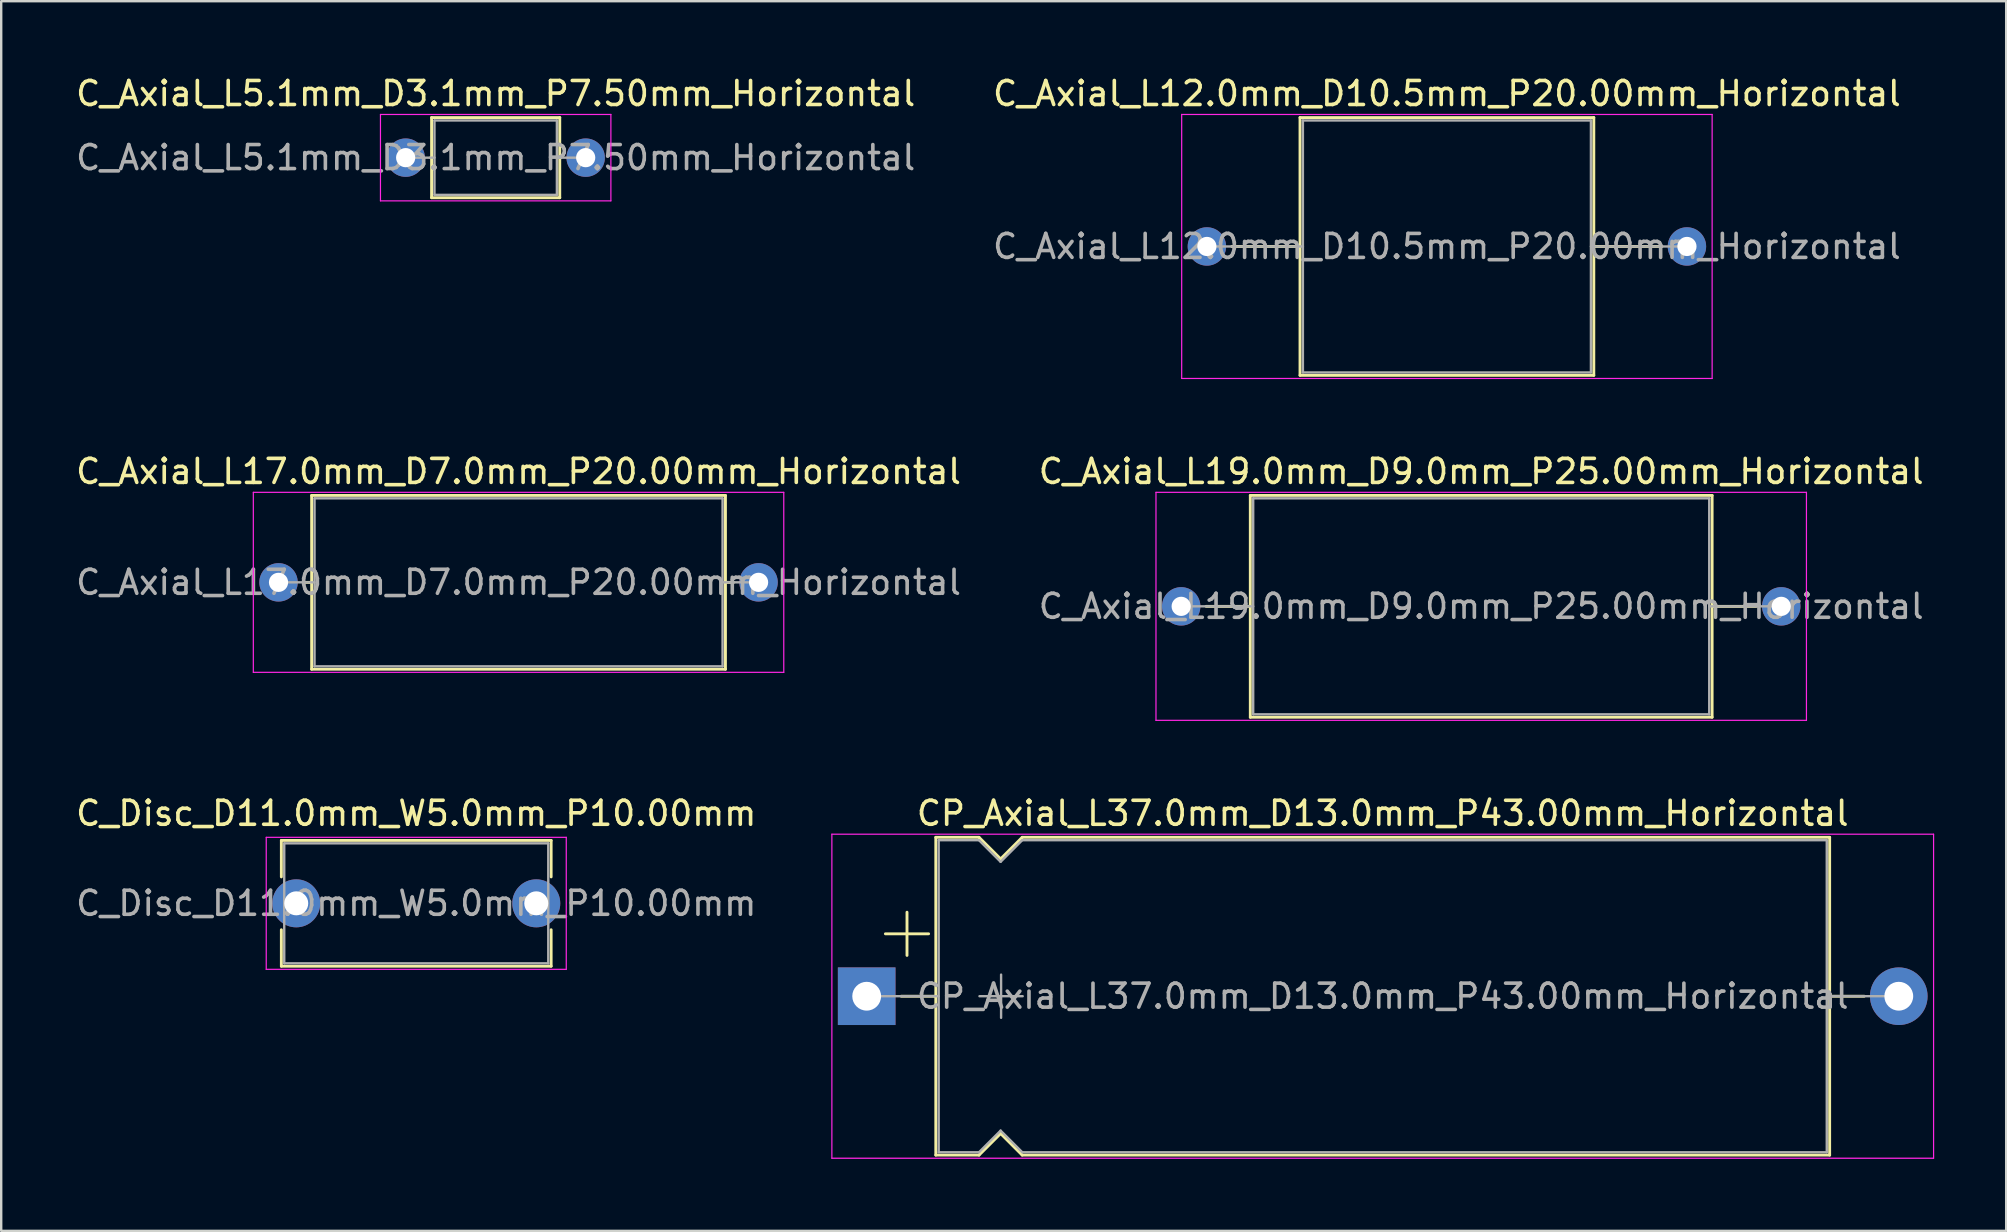
<source format=kicad_pcb>
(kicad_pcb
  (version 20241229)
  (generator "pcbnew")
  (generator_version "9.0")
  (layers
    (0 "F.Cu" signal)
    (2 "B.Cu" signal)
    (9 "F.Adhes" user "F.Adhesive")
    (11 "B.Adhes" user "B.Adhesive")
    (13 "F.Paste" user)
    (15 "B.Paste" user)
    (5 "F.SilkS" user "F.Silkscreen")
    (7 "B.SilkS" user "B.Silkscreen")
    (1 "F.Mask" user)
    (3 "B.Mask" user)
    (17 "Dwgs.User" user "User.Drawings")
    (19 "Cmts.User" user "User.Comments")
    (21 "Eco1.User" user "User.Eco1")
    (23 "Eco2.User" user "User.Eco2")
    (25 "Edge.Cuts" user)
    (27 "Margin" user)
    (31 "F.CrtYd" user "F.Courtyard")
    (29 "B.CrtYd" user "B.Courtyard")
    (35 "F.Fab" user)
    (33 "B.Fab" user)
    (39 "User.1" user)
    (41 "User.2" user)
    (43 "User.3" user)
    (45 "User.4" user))
  (footprint "C_Axial_L5.1mm_D3.1mm_P7.50mm_Horizontal"
    (layer "F.Cu")
    (at 13.851 3.518)
    (property "Reference" "C_Axial_L5.1mm_D3.1mm_P7.50mm_Horizontal" (at 3.75 -2.67 0) (layer "F.SilkS") (effects (font (size 1 1) (thickness 0.15))))
    (attr through_hole)
    (fp_line (start 1.04 0) (end 1.08 0) (stroke (width 0.12) (type solid)) (layer "F.SilkS"))
    (fp_line (start 1.08 -1.67) (end 1.08 1.67) (stroke (width 0.12) (type solid)) (layer "F.SilkS"))
    (fp_line (start 1.08 1.67) (end 6.42 1.67) (stroke (width 0.12) (type solid)) (layer "F.SilkS"))
    (fp_line (start 6.42 -1.67) (end 1.08 -1.67) (stroke (width 0.12) (type solid)) (layer "F.SilkS"))
    (fp_line (start 6.42 1.67) (end 6.42 -1.67) (stroke (width 0.12) (type solid)) (layer "F.SilkS"))
    (fp_line (start 6.46 0) (end 6.42 0) (stroke (width 0.12) (type solid)) (layer "F.SilkS"))
    (fp_line (start -1.05 -1.8) (end -1.05 1.8) (stroke (width 0.05) (type solid)) (layer "F.CrtYd"))
    (fp_line (start -1.05 1.8) (end 8.55 1.8) (stroke (width 0.05) (type solid)) (layer "F.CrtYd"))
    (fp_line (start 8.55 -1.8) (end -1.05 -1.8) (stroke (width 0.05) (type solid)) (layer "F.CrtYd"))
    (fp_line (start 8.55 1.8) (end 8.55 -1.8) (stroke (width 0.05) (type solid)) (layer "F.CrtYd"))
    (fp_line (start 0 0) (end 1.2 0) (stroke (width 0.1) (type solid)) (layer "F.Fab"))
    (fp_line (start 1.2 -1.55) (end 1.2 1.55) (stroke (width 0.1) (type solid)) (layer "F.Fab"))
    (fp_line (start 1.2 1.55) (end 6.3 1.55) (stroke (width 0.1) (type solid)) (layer "F.Fab"))
    (fp_line (start 6.3 -1.55) (end 1.2 -1.55) (stroke (width 0.1) (type solid)) (layer "F.Fab"))
    (fp_line (start 6.3 1.55) (end 6.3 -1.55) (stroke (width 0.1) (type solid)) (layer "F.Fab"))
    (fp_line (start 7.5 0) (end 6.3 0) (stroke (width 0.1) (type solid)) (layer "F.Fab"))
    (fp_text user "${REFERENCE}" (at 3.75 0 0) (layer "F.Fab") (effects (font (size 1 1) (thickness 0.15))))
    (pad "1" thru_hole circle (at 0 0) (size 1.6 1.6) (drill 0.8) (layers "*.Cu" "*.Mask"))
    (pad "2" thru_hole oval (at 7.5 0) (size 1.6 1.6) (drill 0.8) (layers "*.Cu" "*.Mask")))
  (footprint "C_Disc_D11.0mm_W5.0mm_P10.00mm"
    (layer "F.Cu")
    (at 9.292 34.585)
    (property "Reference" "C_Disc_D11.0mm_W5.0mm_P10.00mm" (at 5 -3.75 0) (layer "F.SilkS") (effects (font (size 1 1) (thickness 0.15))))
    (attr through_hole)
    (fp_line (start -0.62 -2.62) (end -0.62 -1.101) (stroke (width 0.12) (type solid)) (layer "F.SilkS"))
    (fp_line (start -0.62 -2.62) (end 10.62 -2.62) (stroke (width 0.12) (type solid)) (layer "F.SilkS"))
    (fp_line (start -0.62 1.101) (end -0.62 2.62) (stroke (width 0.12) (type solid)) (layer "F.SilkS"))
    (fp_line (start -0.62 2.62) (end 10.62 2.62) (stroke (width 0.12) (type solid)) (layer "F.SilkS"))
    (fp_line (start 10.62 -2.62) (end 10.62 -1.101) (stroke (width 0.12) (type solid)) (layer "F.SilkS"))
    (fp_line (start 10.62 1.101) (end 10.62 2.62) (stroke (width 0.12) (type solid)) (layer "F.SilkS"))
    (fp_line (start -1.25 -2.75) (end -1.25 2.75) (stroke (width 0.05) (type solid)) (layer "F.CrtYd"))
    (fp_line (start -1.25 2.75) (end 11.25 2.75) (stroke (width 0.05) (type solid)) (layer "F.CrtYd"))
    (fp_line (start 11.25 -2.75) (end -1.25 -2.75) (stroke (width 0.05) (type solid)) (layer "F.CrtYd"))
    (fp_line (start 11.25 2.75) (end 11.25 -2.75) (stroke (width 0.05) (type solid)) (layer "F.CrtYd"))
    (fp_line (start -0.5 -2.5) (end -0.5 2.5) (stroke (width 0.1) (type solid)) (layer "F.Fab"))
    (fp_line (start -0.5 2.5) (end 10.5 2.5) (stroke (width 0.1) (type solid)) (layer "F.Fab"))
    (fp_line (start 10.5 -2.5) (end -0.5 -2.5) (stroke (width 0.1) (type solid)) (layer "F.Fab"))
    (fp_line (start 10.5 2.5) (end 10.5 -2.5) (stroke (width 0.1) (type solid)) (layer "F.Fab"))
    (fp_text user "${REFERENCE}" (at 5 0 0) (layer "F.Fab") (effects (font (size 1 1) (thickness 0.15))))
    (pad "1" thru_hole circle (at 0 0) (size 2 2) (drill 1) (layers "*.Cu" "*.Mask"))
    (pad "2" thru_hole circle (at 10 0) (size 2 2) (drill 1) (layers "*.Cu" "*.Mask")))
  (footprint "C_Axial_L12.0mm_D10.5mm_P20.00mm_Horizontal"
    (layer "F.Cu")
    (at 47.232 7.218)
    (property "Reference" "C_Axial_L12.0mm_D10.5mm_P20.00mm_Horizontal" (at 10 -6.37 0) (layer "F.SilkS") (effects (font (size 1 1) (thickness 0.15))))
    (attr through_hole)
    (fp_line (start 1.04 0) (end 3.88 0) (stroke (width 0.12) (type solid)) (layer "F.SilkS"))
    (fp_line (start 3.88 -5.37) (end 3.88 5.37) (stroke (width 0.12) (type solid)) (layer "F.SilkS"))
    (fp_line (start 3.88 5.37) (end 16.12 5.37) (stroke (width 0.12) (type solid)) (layer "F.SilkS"))
    (fp_line (start 16.12 -5.37) (end 3.88 -5.37) (stroke (width 0.12) (type solid)) (layer "F.SilkS"))
    (fp_line (start 16.12 5.37) (end 16.12 -5.37) (stroke (width 0.12) (type solid)) (layer "F.SilkS"))
    (fp_line (start 18.96 0) (end 16.12 0) (stroke (width 0.12) (type solid)) (layer "F.SilkS"))
    (fp_line (start -1.05 -5.5) (end -1.05 5.5) (stroke (width 0.05) (type solid)) (layer "F.CrtYd"))
    (fp_line (start -1.05 5.5) (end 21.05 5.5) (stroke (width 0.05) (type solid)) (layer "F.CrtYd"))
    (fp_line (start 21.05 -5.5) (end -1.05 -5.5) (stroke (width 0.05) (type solid)) (layer "F.CrtYd"))
    (fp_line (start 21.05 5.5) (end 21.05 -5.5) (stroke (width 0.05) (type solid)) (layer "F.CrtYd"))
    (fp_line (start 0 0) (end 4 0) (stroke (width 0.1) (type solid)) (layer "F.Fab"))
    (fp_line (start 4 -5.25) (end 4 5.25) (stroke (width 0.1) (type solid)) (layer "F.Fab"))
    (fp_line (start 4 5.25) (end 16 5.25) (stroke (width 0.1) (type solid)) (layer "F.Fab"))
    (fp_line (start 16 -5.25) (end 4 -5.25) (stroke (width 0.1) (type solid)) (layer "F.Fab"))
    (fp_line (start 16 5.25) (end 16 -5.25) (stroke (width 0.1) (type solid)) (layer "F.Fab"))
    (fp_line (start 20 0) (end 16 0) (stroke (width 0.1) (type solid)) (layer "F.Fab"))
    (fp_text user "${REFERENCE}" (at 10 0 0) (layer "F.Fab") (effects (font (size 1 1) (thickness 0.15))))
    (pad "1" thru_hole circle (at 0 0) (size 1.6 1.6) (drill 0.8) (layers "*.Cu" "*.Mask"))
    (pad "2" thru_hole oval (at 20 0) (size 1.6 1.6) (drill 0.8) (layers "*.Cu" "*.Mask")))
  (footprint "C_Axial_L17.0mm_D7.0mm_P20.00mm_Horizontal"
    (layer "F.Cu")
    (at 8.554 21.212)
    (property "Reference" "C_Axial_L17.0mm_D7.0mm_P20.00mm_Horizontal" (at 10 -4.62 0) (layer "F.SilkS") (effects (font (size 1 1) (thickness 0.15))))
    (attr through_hole)
    (fp_line (start 1.04 0) (end 1.38 0) (stroke (width 0.12) (type solid)) (layer "F.SilkS"))
    (fp_line (start 1.38 -3.62) (end 1.38 3.62) (stroke (width 0.12) (type solid)) (layer "F.SilkS"))
    (fp_line (start 1.38 3.62) (end 18.62 3.62) (stroke (width 0.12) (type solid)) (layer "F.SilkS"))
    (fp_line (start 18.62 -3.62) (end 1.38 -3.62) (stroke (width 0.12) (type solid)) (layer "F.SilkS"))
    (fp_line (start 18.62 3.62) (end 18.62 -3.62) (stroke (width 0.12) (type solid)) (layer "F.SilkS"))
    (fp_line (start 18.96 0) (end 18.62 0) (stroke (width 0.12) (type solid)) (layer "F.SilkS"))
    (fp_line (start -1.05 -3.75) (end -1.05 3.75) (stroke (width 0.05) (type solid)) (layer "F.CrtYd"))
    (fp_line (start -1.05 3.75) (end 21.05 3.75) (stroke (width 0.05) (type solid)) (layer "F.CrtYd"))
    (fp_line (start 21.05 -3.75) (end -1.05 -3.75) (stroke (width 0.05) (type solid)) (layer "F.CrtYd"))
    (fp_line (start 21.05 3.75) (end 21.05 -3.75) (stroke (width 0.05) (type solid)) (layer "F.CrtYd"))
    (fp_line (start 0 0) (end 1.5 0) (stroke (width 0.1) (type solid)) (layer "F.Fab"))
    (fp_line (start 1.5 -3.5) (end 1.5 3.5) (stroke (width 0.1) (type solid)) (layer "F.Fab"))
    (fp_line (start 1.5 3.5) (end 18.5 3.5) (stroke (width 0.1) (type solid)) (layer "F.Fab"))
    (fp_line (start 18.5 -3.5) (end 1.5 -3.5) (stroke (width 0.1) (type solid)) (layer "F.Fab"))
    (fp_line (start 18.5 3.5) (end 18.5 -3.5) (stroke (width 0.1) (type solid)) (layer "F.Fab"))
    (fp_line (start 20 0) (end 18.5 0) (stroke (width 0.1) (type solid)) (layer "F.Fab"))
    (fp_text user "${REFERENCE}" (at 10 0 0) (layer "F.Fab") (effects (font (size 1 1) (thickness 0.15))))
    (pad "1" thru_hole circle (at 0 0) (size 1.6 1.6) (drill 0.8) (layers "*.Cu" "*.Mask"))
    (pad "2" thru_hole oval (at 20 0) (size 1.6 1.6) (drill 0.8) (layers "*.Cu" "*.Mask")))
  (footprint "CP_Axial_L37.0mm_D13.0mm_P43.00mm_Horizontal"
    (layer "F.Cu")
    (at 33.058 38.455)
    (property "Reference" "CP_Axial_L37.0mm_D13.0mm_P43.00mm_Horizontal" (at 21.5 -7.62 0) (layer "F.SilkS") (effects (font (size 1 1) (thickness 0.15))))
    (attr through_hole)
    (fp_line (start 0.78 -2.6) (end 2.58 -2.6) (stroke (width 0.12) (type solid)) (layer "F.SilkS"))
    (fp_line (start 1.44 0) (end 2.88 0) (stroke (width 0.12) (type solid)) (layer "F.SilkS"))
    (fp_line (start 1.68 -3.5) (end 1.68 -1.7) (stroke (width 0.12) (type solid)) (layer "F.SilkS"))
    (fp_line (start 2.88 -6.62) (end 2.88 6.62) (stroke (width 0.12) (type solid)) (layer "F.SilkS"))
    (fp_line (start 2.88 -6.62) (end 4.68 -6.62) (stroke (width 0.12) (type solid)) (layer "F.SilkS"))
    (fp_line (start 2.88 6.62) (end 4.68 6.62) (stroke (width 0.12) (type solid)) (layer "F.SilkS"))
    (fp_line (start 4.68 -6.62) (end 5.58 -5.72) (stroke (width 0.12) (type solid)) (layer "F.SilkS"))
    (fp_line (start 4.68 6.62) (end 5.58 5.72) (stroke (width 0.12) (type solid)) (layer "F.SilkS"))
    (fp_line (start 5.58 -5.72) (end 6.48 -6.62) (stroke (width 0.12) (type solid)) (layer "F.SilkS"))
    (fp_line (start 5.58 5.72) (end 6.48 6.62) (stroke (width 0.12) (type solid)) (layer "F.SilkS"))
    (fp_line (start 6.48 -6.62) (end 40.12 -6.62) (stroke (width 0.12) (type solid)) (layer "F.SilkS"))
    (fp_line (start 6.48 6.62) (end 40.12 6.62) (stroke (width 0.12) (type solid)) (layer "F.SilkS"))
    (fp_line (start 40.12 -6.62) (end 40.12 6.62) (stroke (width 0.12) (type solid)) (layer "F.SilkS"))
    (fp_line (start 41.56 0) (end 40.12 0) (stroke (width 0.12) (type solid)) (layer "F.SilkS"))
    (fp_line (start -1.45 -6.75) (end -1.45 6.75) (stroke (width 0.05) (type solid)) (layer "F.CrtYd"))
    (fp_line (start -1.45 6.75) (end 44.45 6.75) (stroke (width 0.05) (type solid)) (layer "F.CrtYd"))
    (fp_line (start 44.45 -6.75) (end -1.45 -6.75) (stroke (width 0.05) (type solid)) (layer "F.CrtYd"))
    (fp_line (start 44.45 6.75) (end 44.45 -6.75) (stroke (width 0.05) (type solid)) (layer "F.CrtYd"))
    (fp_line (start 0 0) (end 3 0) (stroke (width 0.1) (type solid)) (layer "F.Fab"))
    (fp_line (start 3 -6.5) (end 3 6.5) (stroke (width 0.1) (type solid)) (layer "F.Fab"))
    (fp_line (start 3 -6.5) (end 4.68 -6.5) (stroke (width 0.1) (type solid)) (layer "F.Fab"))
    (fp_line (start 3 6.5) (end 4.68 6.5) (stroke (width 0.1) (type solid)) (layer "F.Fab"))
    (fp_line (start 4.68 -6.5) (end 5.58 -5.6) (stroke (width 0.1) (type solid)) (layer "F.Fab"))
    (fp_line (start 4.68 6.5) (end 5.58 5.6) (stroke (width 0.1) (type solid)) (layer "F.Fab"))
    (fp_line (start 4.7 0) (end 6.5 0) (stroke (width 0.1) (type solid)) (layer "F.Fab"))
    (fp_line (start 5.58 -5.6) (end 6.48 -6.5) (stroke (width 0.1) (type solid)) (layer "F.Fab"))
    (fp_line (start 5.58 5.6) (end 6.48 6.5) (stroke (width 0.1) (type solid)) (layer "F.Fab"))
    (fp_line (start 5.6 -0.9) (end 5.6 0.9) (stroke (width 0.1) (type solid)) (layer "F.Fab"))
    (fp_line (start 6.48 -6.5) (end 40 -6.5) (stroke (width 0.1) (type solid)) (layer "F.Fab"))
    (fp_line (start 6.48 6.5) (end 40 6.5) (stroke (width 0.1) (type solid)) (layer "F.Fab"))
    (fp_line (start 40 -6.5) (end 40 6.5) (stroke (width 0.1) (type solid)) (layer "F.Fab"))
    (fp_line (start 43 0) (end 40 0) (stroke (width 0.1) (type solid)) (layer "F.Fab"))
    (fp_text user "${REFERENCE}" (at 21.5 0 0) (layer "F.Fab") (effects (font (size 1 1) (thickness 0.15))))
    (pad "1" thru_hole rect (at 0 0) (size 2.4 2.4) (drill 1.2) (layers "*.Cu" "*.Mask"))
    (pad "2" thru_hole oval (at 43 0) (size 2.4 2.4) (drill 1.2) (layers "*.Cu" "*.Mask")))
  (footprint "C_Axial_L19.0mm_D9.0mm_P25.00mm_Horizontal"
    (layer "F.Cu")
    (at 46.161 22.212)
    (property "Reference" "C_Axial_L19.0mm_D9.0mm_P25.00mm_Horizontal" (at 12.5 -5.62 0) (layer "F.SilkS") (effects (font (size 1 1) (thickness 0.15))))
    (attr through_hole)
    (fp_line (start 1.04 0) (end 2.88 0) (stroke (width 0.12) (type solid)) (layer "F.SilkS"))
    (fp_line (start 2.88 -4.62) (end 2.88 4.62) (stroke (width 0.12) (type solid)) (layer "F.SilkS"))
    (fp_line (start 2.88 4.62) (end 22.12 4.62) (stroke (width 0.12) (type solid)) (layer "F.SilkS"))
    (fp_line (start 22.12 -4.62) (end 2.88 -4.62) (stroke (width 0.12) (type solid)) (layer "F.SilkS"))
    (fp_line (start 22.12 4.62) (end 22.12 -4.62) (stroke (width 0.12) (type solid)) (layer "F.SilkS"))
    (fp_line (start 23.96 0) (end 22.12 0) (stroke (width 0.12) (type solid)) (layer "F.SilkS"))
    (fp_line (start -1.05 -4.75) (end -1.05 4.75) (stroke (width 0.05) (type solid)) (layer "F.CrtYd"))
    (fp_line (start -1.05 4.75) (end 26.05 4.75) (stroke (width 0.05) (type solid)) (layer "F.CrtYd"))
    (fp_line (start 26.05 -4.75) (end -1.05 -4.75) (stroke (width 0.05) (type solid)) (layer "F.CrtYd"))
    (fp_line (start 26.05 4.75) (end 26.05 -4.75) (stroke (width 0.05) (type solid)) (layer "F.CrtYd"))
    (fp_line (start 0 0) (end 3 0) (stroke (width 0.1) (type solid)) (layer "F.Fab"))
    (fp_line (start 3 -4.5) (end 3 4.5) (stroke (width 0.1) (type solid)) (layer "F.Fab"))
    (fp_line (start 3 4.5) (end 22 4.5) (stroke (width 0.1) (type solid)) (layer "F.Fab"))
    (fp_line (start 22 -4.5) (end 3 -4.5) (stroke (width 0.1) (type solid)) (layer "F.Fab"))
    (fp_line (start 22 4.5) (end 22 -4.5) (stroke (width 0.1) (type solid)) (layer "F.Fab"))
    (fp_line (start 25 0) (end 22 0) (stroke (width 0.1) (type solid)) (layer "F.Fab"))
    (fp_text user "${REFERENCE}" (at 12.5 0 0) (layer "F.Fab") (effects (font (size 1 1) (thickness 0.15))))
    (pad "1" thru_hole circle (at 0 0) (size 1.6 1.6) (drill 0.8) (layers "*.Cu" "*.Mask"))
    (pad "2" thru_hole oval (at 25 0) (size 1.6 1.6) (drill 0.8) (layers "*.Cu" "*.Mask")))
  (gr_rect
    (start -3 -3)
    (end 80.533 48.23)
    (stroke (width 0.1) (type default))
    (fill no)
    (layer "Edge.Cuts")))
</source>
